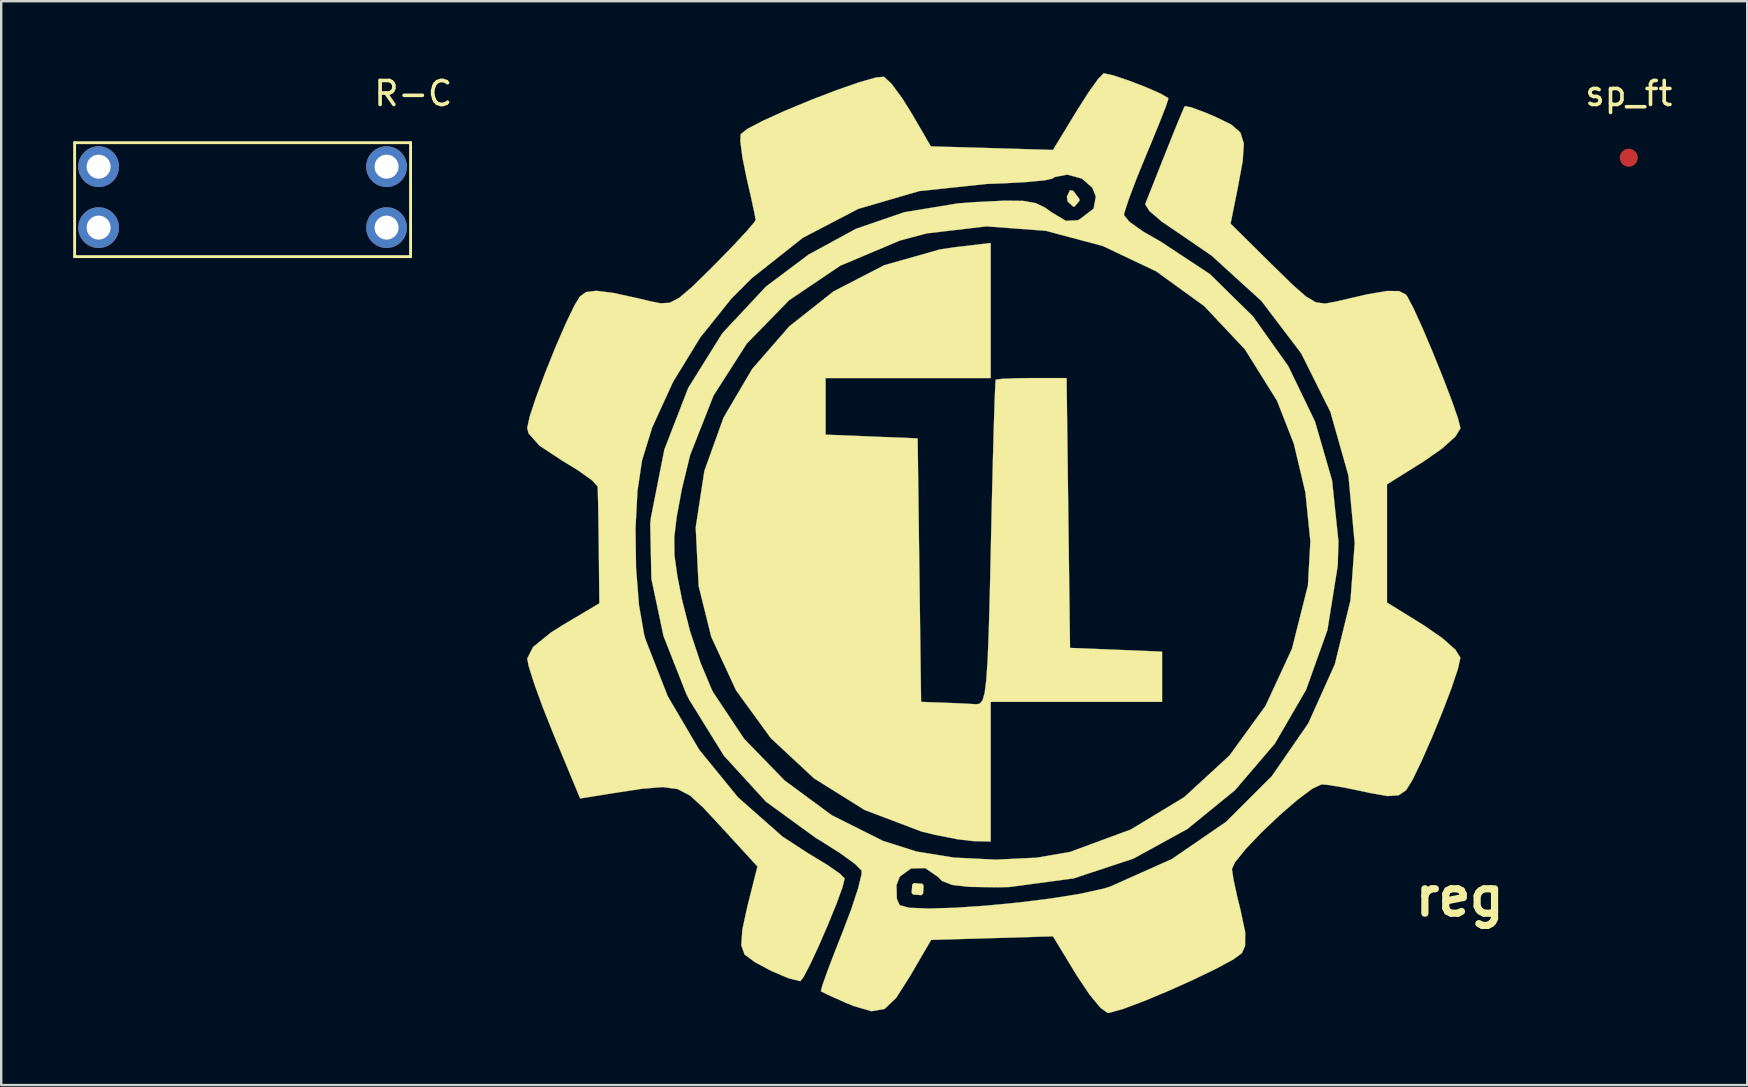
<source format=kicad_pcb>
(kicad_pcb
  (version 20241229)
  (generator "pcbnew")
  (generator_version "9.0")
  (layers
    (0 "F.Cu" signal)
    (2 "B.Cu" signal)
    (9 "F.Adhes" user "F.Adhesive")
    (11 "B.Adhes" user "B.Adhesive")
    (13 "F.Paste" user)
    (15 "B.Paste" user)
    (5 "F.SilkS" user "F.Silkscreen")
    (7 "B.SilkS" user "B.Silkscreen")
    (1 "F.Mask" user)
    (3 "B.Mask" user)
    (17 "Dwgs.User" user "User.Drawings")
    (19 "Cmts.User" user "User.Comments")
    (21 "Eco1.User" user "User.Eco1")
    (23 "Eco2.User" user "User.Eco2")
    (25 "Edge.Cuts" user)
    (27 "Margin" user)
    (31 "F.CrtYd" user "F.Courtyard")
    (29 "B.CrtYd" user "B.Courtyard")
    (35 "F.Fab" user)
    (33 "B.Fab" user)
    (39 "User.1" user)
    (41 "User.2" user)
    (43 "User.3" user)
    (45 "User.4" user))
  (footprint "reg"
    (layer "F.Cu")
    (at 37.971 19.585)
    (property "Reference" "reg" (at 19.812 14.732 0) (layer "F.SilkS") (effects (font (size 1.524 1.524) (thickness 0.3))))
    (attr through_hole)
    (fp_poly (pts (xy -2.587 14.196) (xy -2.528 14.265) (xy -2.554 14.611) (xy -2.623 14.67) (xy -2.969 14.644) (xy -3.029 14.575) (xy -3.002 14.229) (xy -2.933 14.169) (xy -2.587 14.196)) (stroke (width 0.01) (type solid)) (fill yes) (layer "F.SilkS"))
    (fp_poly (pts (xy 3.704 -14.684) (xy 3.959 -14.346) (xy 3.969 -14.272) (xy 3.767 -14.03) (xy 3.704 -14.023) (xy 3.472 -14.238) (xy 3.44 -14.435) (xy 3.568 -14.709) (xy 3.704 -14.684)) (stroke (width 0.01) (type solid)) (fill yes) (layer "F.SilkS"))
    (fp_poly (pts (xy 0.265 -6.879) (xy -6.615 -6.879) (xy -6.615 -4.521) (xy -4.696 -4.443) (xy -2.778 -4.366) (xy -2.707 1.124) (xy -2.635 6.615) (xy -1.714 6.648) (xy -0.944 6.68) (xy -0.347 6.713) (xy -0.331 6.714) (xy -0.188 6.689) (xy -0.075 6.552) (xy 0.013 6.244) (xy 0.082 5.706) (xy 0.138 4.877) (xy 0.185 3.699) (xy 0.229 2.112) (xy 0.275 0.057) (xy 0.276 0) (xy 0.317 -1.831) (xy 0.358 -3.479) (xy 0.396 -4.871) (xy 0.43 -5.938) (xy 0.458 -6.608) (xy 0.474 -6.813) (xy 0.746 -6.849) (xy 1.387 -6.873) (xy 1.979 -6.879) (xy 3.429 -6.879) (xy 3.5 -1.257) (xy 3.572 4.366) (xy 5.49 4.443) (xy 7.408 4.521) (xy 7.408 6.615) (xy 0.265 6.615) (xy 0.265 12.435) (xy -0.463 12.418) (xy -1.133 12.339) (xy -2.055 12.156) (xy -2.634 12.013) (xy -4.992 11.119) (xy -7.099 9.802) (xy -8.902 8.122) (xy -10.346 6.136) (xy -11.38 3.904) (xy -11.906 1.786) (xy -12.028 -0.652) (xy -11.667 -3.011) (xy -10.867 -5.234) (xy -9.673 -7.261) (xy -8.129 -9.034) (xy -6.281 -10.494) (xy -4.172 -11.582) (xy -1.847 -12.241) (xy -1.185 -12.338) (xy 0.265 -12.508) (xy 0.265 -6.879)) (stroke (width 0.01) (type solid)) (fill yes) (layer "F.SilkS"))
    (fp_poly (pts (xy 5.373 -19.495) (xy 6.013 -19.281) (xy 6.724 -19.007) (xy 7.33 -18.742) (xy 7.656 -18.554) (xy 7.673 -18.527) (xy 7.577 -18.23) (xy 7.319 -17.565) (xy 6.946 -16.652) (xy 6.747 -16.177) (xy 6.334 -15.166) (xy 6.016 -14.324) (xy 5.841 -13.782) (xy 5.821 -13.671) (xy 6.04 -13.399) (xy 6.609 -12.991) (xy 7.343 -12.571) (xy 9.402 -11.212) (xy 11.191 -9.455) (xy 12.665 -7.382) (xy 13.78 -5.073) (xy 14.493 -2.61) (xy 14.758 -0.072) (xy 14.729 0.933) (xy 14.299 3.623) (xy 13.411 6.108) (xy 12.113 8.347) (xy 10.449 10.295) (xy 8.465 11.911) (xy 6.208 13.151) (xy 3.721 13.972) (xy 1.052 14.331) (xy 0.501 14.343) (xy -0.624 14.325) (xy -1.338 14.245) (xy -1.758 14.081) (xy -1.946 13.898) (xy -2.461 13.544) (xy -3.057 13.559) (xy -3.526 13.901) (xy -3.66 14.252) (xy -3.646 14.821) (xy -3.528 15.089) (xy -3.131 15.195) (xy -2.322 15.228) (xy -1.213 15.195) (xy 0.086 15.107) (xy 1.464 14.973) (xy 2.811 14.804) (xy 4.015 14.609) (xy 4.965 14.399) (xy 5.249 14.312) (xy 7.817 13.165) (xy 10.072 11.616) (xy 11.978 9.715) (xy 13.501 7.51) (xy 14.607 5.05) (xy 15.261 2.383) (xy 15.435 0) (xy 15.174 -2.82) (xy 14.422 -5.471) (xy 13.205 -7.91) (xy 11.546 -10.095) (xy 9.468 -11.985) (xy 8.17 -12.873) (xy 7.406 -13.392) (xy 6.881 -13.839) (xy 6.703 -14.123) (xy 6.706 -14.134) (xy 6.854 -14.506) (xy 7.139 -15.224) (xy 7.503 -16.143) (xy 7.554 -16.272) (xy 7.914 -17.171) (xy 8.196 -17.856) (xy 8.346 -18.198) (xy 8.355 -18.212) (xy 8.612 -18.166) (xy 9.196 -17.951) (xy 9.635 -17.764) (xy 10.289 -17.446) (xy 10.67 -17.116) (xy 10.817 -16.651) (xy 10.768 -15.924) (xy 10.563 -14.809) (xy 10.556 -14.772) (xy 10.263 -13.316) (xy 12.015 -11.582) (xy 12.842 -10.773) (xy 13.408 -10.277) (xy 13.823 -10.035) (xy 14.199 -9.984) (xy 14.648 -10.065) (xy 14.755 -10.09) (xy 15.977 -10.374) (xy 16.788 -10.509) (xy 17.285 -10.504) (xy 17.562 -10.363) (xy 17.626 -10.282) (xy 17.891 -9.778) (xy 18.263 -8.959) (xy 18.688 -7.958) (xy 19.112 -6.908) (xy 19.481 -5.941) (xy 19.743 -5.19) (xy 19.844 -4.789) (xy 19.844 -4.788) (xy 19.633 -4.442) (xy 19.081 -3.945) (xy 18.313 -3.407) (xy 16.782 -2.45) (xy 16.782 2.475) (xy 18.31 3.42) (xy 19.083 3.954) (xy 19.633 4.441) (xy 19.841 4.772) (xy 19.739 5.237) (xy 19.469 6.041) (xy 19.086 7.047) (xy 18.649 8.114) (xy 18.213 9.105) (xy 17.837 9.879) (xy 17.576 10.299) (xy 17.575 10.3) (xy 17.267 10.509) (xy 16.803 10.541) (xy 16.021 10.402) (xy 15.864 10.366) (xy 15 10.186) (xy 14.298 10.073) (xy 14.057 10.054) (xy 13.671 10.232) (xy 13.05 10.697) (xy 12.304 11.341) (xy 11.547 12.061) (xy 10.891 12.749) (xy 10.446 13.302) (xy 10.319 13.578) (xy 10.382 14.007) (xy 10.543 14.749) (xy 10.677 15.29) (xy 10.872 16.211) (xy 10.867 16.789) (xy 10.731 17.09) (xy 10.379 17.347) (xy 9.664 17.734) (xy 8.716 18.192) (xy 7.667 18.663) (xy 6.647 19.089) (xy 5.789 19.411) (xy 5.222 19.571) (xy 5.139 19.579) (xy 4.843 19.368) (xy 4.385 18.813) (xy 3.86 18.031) (xy 3.831 17.982) (xy 2.861 16.386) (xy 0.323 16.461) (xy -2.216 16.536) (xy -3.104 18.058) (xy -3.67 18.947) (xy -4.155 19.411) (xy -4.701 19.507) (xy -5.447 19.291) (xy -5.821 19.135) (xy -6.432 18.863) (xy -6.785 18.691) (xy -6.811 18.674) (xy -6.746 18.419) (xy -6.521 17.786) (xy -6.174 16.882) (xy -5.936 16.284) (xy -5.54 15.242) (xy -5.254 14.369) (xy -5.115 13.79) (xy -5.116 13.643) (xy -5.389 13.369) (xy -6.003 12.924) (xy -6.835 12.397) (xy -7.015 12.291) (xy -9.096 10.778) (xy -10.854 8.857) (xy -12.305 6.513) (xy -12.427 6.268) (xy -13.368 3.877) (xy -13.874 1.491) (xy -13.91 -0.242) (xy -12.923 -0.242) (xy -12.913 0.515) (xy -12.791 1.383) (xy -12.598 2.361) (xy -12.268 3.656) (xy -11.827 4.987) (xy -11.363 6.092) (xy -11.299 6.218) (xy -10.012 8.152) (xy -8.325 9.889) (xy -6.357 11.339) (xy -4.222 12.409) (xy -2.822 12.853) (xy -1.265 13.105) (xy 0.482 13.19) (xy 2.186 13.108) (xy 3.572 12.869) (xy 6.108 11.933) (xy 8.332 10.584) (xy 10.213 8.855) (xy 11.72 6.781) (xy 12.823 4.396) (xy 13.487 1.759) (xy 13.588 -0.076) (xy 13.381 -2.112) (xy 12.898 -4.148) (xy 12.199 -5.934) (xy 10.862 -8.073) (xy 9.161 -9.881) (xy 7.163 -11.327) (xy 4.939 -12.382) (xy 2.558 -13.017) (xy 0.088 -13.202) (xy -2.402 -12.908) (xy -3.521 -12.609) (xy -6 -11.564) (xy -8.133 -10.125) (xy -9.9 -8.314) (xy -11.284 -6.152) (xy -12.263 -3.662) (xy -12.603 -2.261) (xy -12.819 -1.097) (xy -12.923 -0.242) (xy -13.91 -0.242) (xy -13.922 -0.788) (xy -13.895 -1.058) (xy -13.334 -3.901) (xy -12.337 -6.473) (xy -10.919 -8.746) (xy -9.098 -10.695) (xy -7.321 -12.027) (xy -5.348 -13.1) (xy -3.337 -13.791) (xy -1.103 -14.159) (xy -0.351 -14.215) (xy 0.827 -14.272) (xy 1.611 -14.264) (xy 2.136 -14.172) (xy 2.536 -13.981) (xy 2.786 -13.799) (xy 3.397 -13.433) (xy 3.885 -13.455) (xy 3.982 -13.501) (xy 4.555 -13.941) (xy 4.647 -14.448) (xy 4.501 -14.811) (xy 4.071 -15.19) (xy 3.457 -15.359) (xy 2.922 -15.255) (xy 2.848 -15.195) (xy 2.534 -15.123) (xy 1.814 -15.053) (xy 0.808 -14.995) (xy 0.091 -14.969) (xy -2.718 -14.67) (xy -5.253 -13.93) (xy -7.563 -12.726) (xy -9.697 -11.037) (xy -10.544 -10.187) (xy -11.838 -8.572) (xy -12.972 -6.719) (xy -13.843 -4.816) (xy -14.266 -3.44) (xy -14.455 -2.172) (xy -14.536 -0.618) (xy -14.514 1.028) (xy -14.393 2.572) (xy -14.175 3.821) (xy -14.13 3.987) (xy -13.198 6.372) (xy -11.882 8.611) (xy -10.261 10.597) (xy -8.414 12.227) (xy -7.324 12.937) (xy -6.556 13.401) (xy -6.014 13.777) (xy -5.819 13.976) (xy -5.915 14.357) (xy -6.166 15.042) (xy -6.513 15.894) (xy -6.896 16.778) (xy -7.258 17.556) (xy -7.539 18.092) (xy -7.67 18.256) (xy -8.169 18.13) (xy -8.878 17.828) (xy -9.562 17.462) (xy -9.99 17.143) (xy -9.994 17.138) (xy -10.129 16.762) (xy -10.083 16.1) (xy -9.872 15.129) (xy -9.455 13.475) (xy -11.011 11.778) (xy -11.717 11.018) (xy -12.263 10.52) (xy -12.784 10.248) (xy -13.409 10.166) (xy -14.272 10.238) (xy -15.505 10.426) (xy -15.764 10.468) (xy -16.844 10.641) (xy -17.947 7.983) (xy -18.4 6.845) (xy -18.763 5.846) (xy -18.992 5.113) (xy -19.05 4.809) (xy -18.804 4.327) (xy -18.059 3.723) (xy -17.547 3.401) (xy -16.043 2.509) (xy -16.067 0.196) (xy -16.081 -0.874) (xy -16.096 -1.743) (xy -16.111 -2.275) (xy -16.116 -2.362) (xy -16.341 -2.611) (xy -16.905 -3.017) (xy -17.595 -3.44) (xy -18.536 -4.059) (xy -18.994 -4.572) (xy -19.05 -4.797) (xy -18.948 -5.271) (xy -18.68 -6.084) (xy -18.303 -7.095) (xy -17.873 -8.165) (xy -17.445 -9.151) (xy -17.078 -9.913) (xy -16.855 -10.278) (xy -16.597 -10.464) (xy -16.168 -10.516) (xy -15.467 -10.429) (xy -14.392 -10.195) (xy -13.97 -10.092) (xy -13.496 -9.995) (xy -13.115 -10.017) (xy -12.717 -10.222) (xy -12.189 -10.67) (xy -11.42 -11.422) (xy -11.258 -11.584) (xy -10.502 -12.357) (xy -9.914 -12.988) (xy -9.577 -13.386) (xy -9.529 -13.472) (xy -9.588 -13.792) (xy -9.735 -14.469) (xy -9.901 -15.19) (xy -10.08 -16.068) (xy -10.168 -16.752) (xy -10.156 -17.042) (xy -9.866 -17.27) (xy -9.198 -17.617) (xy -8.276 -18.033) (xy -7.222 -18.47) (xy -6.161 -18.877) (xy -5.216 -19.206) (xy -4.51 -19.407) (xy -4.18 -19.436) (xy -3.87 -19.147) (xy -3.42 -18.538) (xy -3.032 -17.918) (xy -2.228 -16.536) (xy 2.861 -16.386) (xy 3.831 -17.982) (xy 4.333 -18.771) (xy 4.741 -19.341) (xy 4.973 -19.579) (xy 4.98 -19.58) (xy 5.373 -19.495)) (stroke (width 0.01) (type solid)) (fill yes) (layer "F.SilkS")))
  (footprint "R-C"
    (layer "F.Cu")
    (at 7.06 3.896)
    (property "Reference" "R-C" (at 7.112 -3.048 0) (layer "F.SilkS") (effects (font (size 1 1) (thickness 0.15))))
    (attr through_hole)
    (fp_line (start -7 -1) (end -7 3.75) (stroke (width 0.12) (type solid)) (layer "F.SilkS"))
    (fp_line (start -7 3.75) (end 7 3.75) (stroke (width 0.12) (type solid)) (layer "F.SilkS"))
    (fp_line (start 7 -1) (end -7 -1) (stroke (width 0.12) (type solid)) (layer "F.SilkS"))
    (fp_line (start 7 3.75) (end 7 -1) (stroke (width 0.12) (type solid)) (layer "F.SilkS"))
    (pad "1" thru_hole circle (at -6 0) (size 1.7 1.7) (drill 1) (layers "*.Cu" "*.Mask"))
    (pad "1" thru_hole circle (at -6 2.54) (size 1.7 1.7) (drill 1) (layers "*.Cu" "*.Mask"))
    (pad "2" thru_hole circle (at 6 0) (size 1.7 1.7) (drill 1) (layers "*.Cu" "*.Mask"))
    (pad "2" thru_hole circle (at 6 2.54) (size 1.7 1.7) (drill 1) (layers "*.Cu" "*.Mask")))
  (footprint "sp_ft"
    (layer "F.Cu")
    (at 64.829 3.523)
    (property "Reference" "sp_ft" (at 0 -2.675 0) (layer "F.SilkS") (effects (font (size 1 1) (thickness 0.15))))
    (attr through_hole)
    (pad "1" smd circle (at 0 0) (size 0.75 0.75) (layers "F.Cu")))
  (gr_rect
    (start -3 -3)
    (end 69.764 42.17)
    (stroke (width 0.1) (type default))
    (fill no)
    (layer "Edge.Cuts")))
</source>
